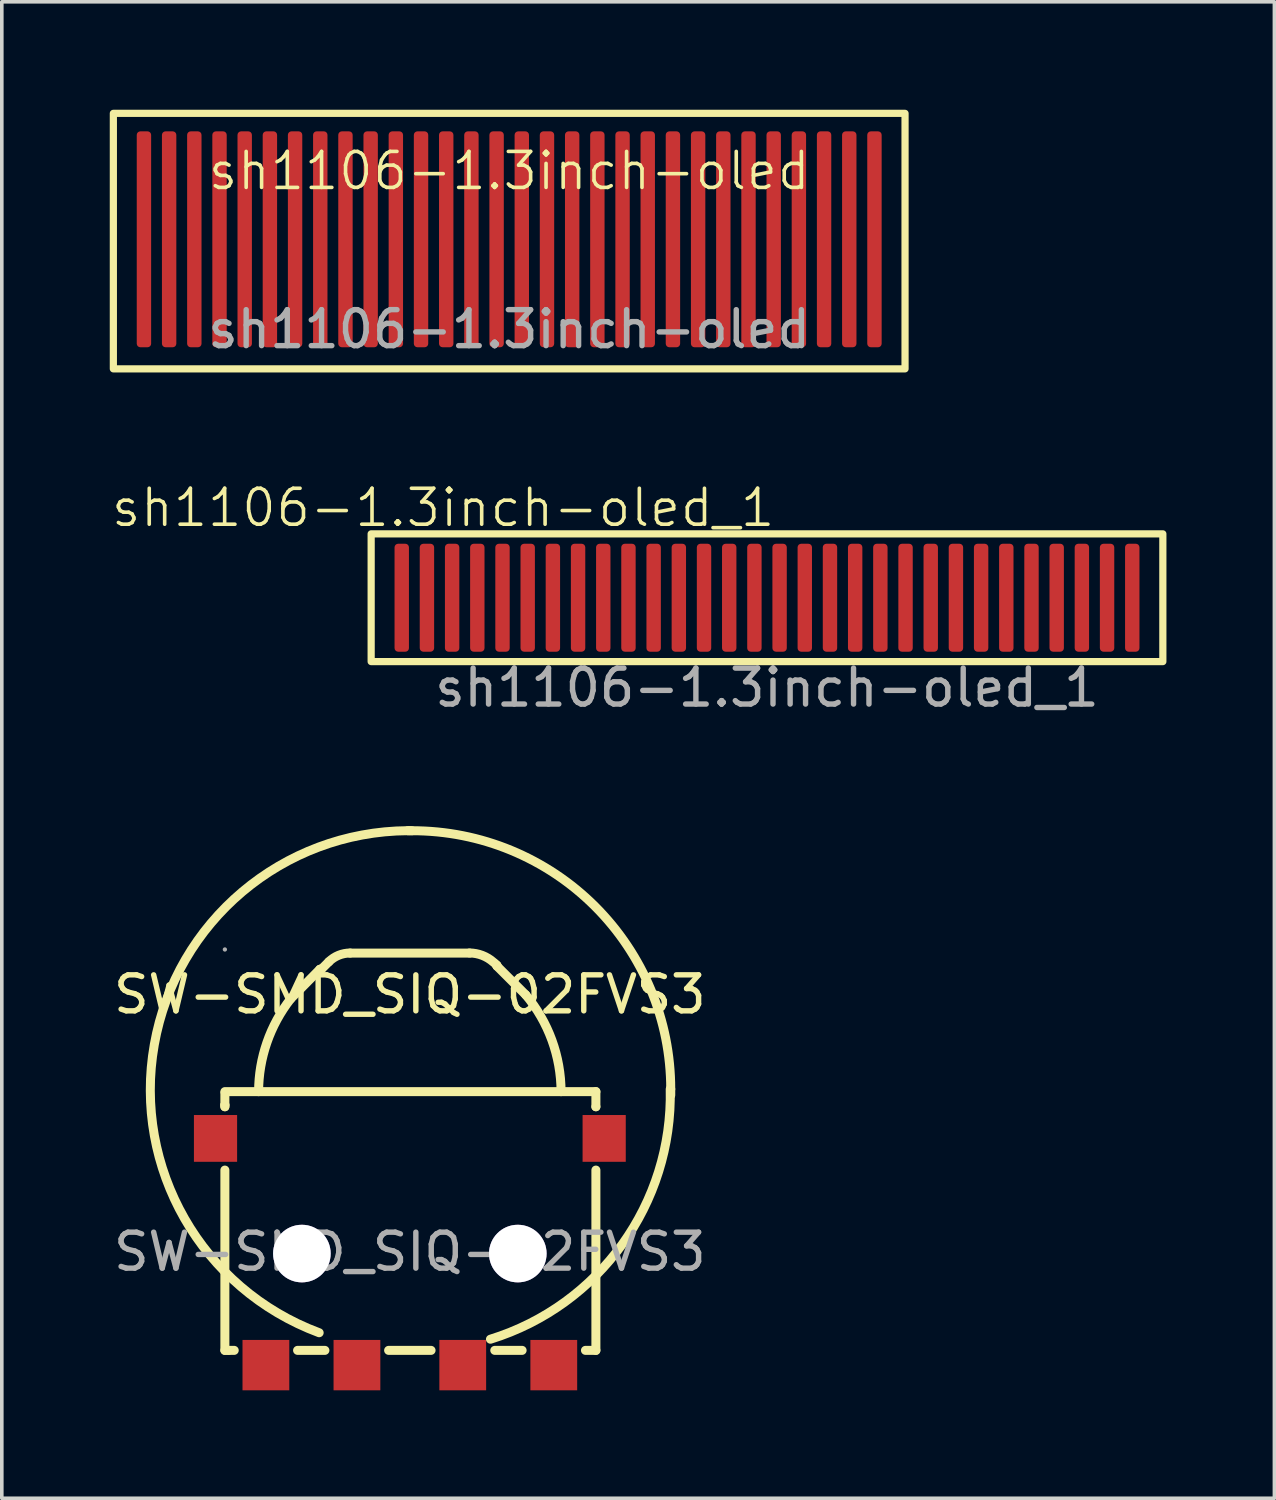
<source format=kicad_pcb>
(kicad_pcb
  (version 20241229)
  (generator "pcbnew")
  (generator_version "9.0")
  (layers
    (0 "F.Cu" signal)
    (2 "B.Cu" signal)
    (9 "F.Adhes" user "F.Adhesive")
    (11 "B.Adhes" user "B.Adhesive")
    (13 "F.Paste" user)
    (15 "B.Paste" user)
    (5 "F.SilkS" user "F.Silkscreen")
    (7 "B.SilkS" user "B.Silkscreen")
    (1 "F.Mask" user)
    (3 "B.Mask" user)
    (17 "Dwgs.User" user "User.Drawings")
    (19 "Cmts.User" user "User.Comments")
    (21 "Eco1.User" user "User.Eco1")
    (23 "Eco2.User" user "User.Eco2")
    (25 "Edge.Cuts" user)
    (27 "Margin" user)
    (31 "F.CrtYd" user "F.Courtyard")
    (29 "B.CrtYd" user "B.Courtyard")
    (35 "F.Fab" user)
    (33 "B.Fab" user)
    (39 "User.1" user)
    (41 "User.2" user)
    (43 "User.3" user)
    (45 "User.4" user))
  (footprint "sh1106-1.3inch-oled_1"
    (layer "F.Cu")
    (at 18.264 13.56)
    (property "Reference" "sh1106-1.3inch-oled_1" (at -9 -2.5 0) (unlocked yes) (layer "F.SilkS") (effects (font (size 1 1) (thickness 0.1))))
    (attr smd)
    (fp_rect (start -11 -1.775) (end 11 1.775) (stroke (width 0.2) (type solid)) (fill no) (layer "F.SilkS"))
    (fp_text user "${REFERENCE}" (at 0 2.5 0) (unlocked yes) (layer "F.Fab") (effects (font (size 1 1) (thickness 0.15))))
    (pad "1" smd roundrect (at -10.15 0 90) (size 3 0.4) (layers "F.Cu" "F.Mask" "F.Paste") (roundrect_rratio 0.25))
    (pad "2" smd roundrect (at -9.45 0 90) (size 3 0.4) (layers "F.Cu" "F.Mask" "F.Paste") (roundrect_rratio 0.25))
    (pad "3" smd roundrect (at -8.75 0 90) (size 3 0.4) (layers "F.Cu" "F.Mask" "F.Paste") (roundrect_rratio 0.25))
    (pad "4" smd roundrect (at -8.05 0 90) (size 3 0.4) (layers "F.Cu" "F.Mask" "F.Paste") (roundrect_rratio 0.25))
    (pad "5" smd roundrect (at -7.35 0 90) (size 3 0.4) (layers "F.Cu" "F.Mask" "F.Paste") (roundrect_rratio 0.25))
    (pad "6" smd roundrect (at -6.65 0 90) (size 3 0.4) (layers "F.Cu" "F.Mask" "F.Paste") (roundrect_rratio 0.25))
    (pad "7" smd roundrect (at -5.95 0 90) (size 3 0.4) (layers "F.Cu" "F.Mask" "F.Paste") (roundrect_rratio 0.25))
    (pad "8" smd roundrect (at -5.25 0 90) (size 3 0.4) (layers "F.Cu" "F.Mask" "F.Paste") (roundrect_rratio 0.25))
    (pad "9" smd roundrect (at -4.55 0 90) (size 3 0.4) (layers "F.Cu" "F.Mask" "F.Paste") (roundrect_rratio 0.25))
    (pad "10" smd roundrect (at -3.85 0 90) (size 3 0.4) (layers "F.Cu" "F.Mask" "F.Paste") (roundrect_rratio 0.25))
    (pad "11" smd roundrect (at -3.15 0 90) (size 3 0.4) (layers "F.Cu" "F.Mask" "F.Paste") (roundrect_rratio 0.25))
    (pad "12" smd roundrect (at -2.45 0 90) (size 3 0.4) (layers "F.Cu" "F.Mask" "F.Paste") (roundrect_rratio 0.25))
    (pad "13" smd roundrect (at -1.75 0 90) (size 3 0.4) (layers "F.Cu" "F.Mask" "F.Paste") (roundrect_rratio 0.25))
    (pad "14" smd roundrect (at -1.05 0 90) (size 3 0.4) (layers "F.Cu" "F.Mask" "F.Paste") (roundrect_rratio 0.25))
    (pad "15" smd roundrect (at -0.35 0 90) (size 3 0.4) (layers "F.Cu" "F.Mask" "F.Paste") (roundrect_rratio 0.25))
    (pad "16" smd roundrect (at 0.35 0 90) (size 3 0.4) (layers "F.Cu" "F.Mask" "F.Paste") (roundrect_rratio 0.25))
    (pad "17" smd roundrect (at 1.05 0 90) (size 3 0.4) (layers "F.Cu" "F.Mask" "F.Paste") (roundrect_rratio 0.25))
    (pad "18" smd roundrect (at 1.75 0 90) (size 3 0.4) (layers "F.Cu" "F.Mask" "F.Paste") (roundrect_rratio 0.25))
    (pad "19" smd roundrect (at 2.45 0 90) (size 3 0.4) (layers "F.Cu" "F.Mask" "F.Paste") (roundrect_rratio 0.25))
    (pad "20" smd roundrect (at 3.15 0 90) (size 3 0.4) (layers "F.Cu" "F.Mask" "F.Paste") (roundrect_rratio 0.25))
    (pad "21" smd roundrect (at 3.85 0 90) (size 3 0.4) (layers "F.Cu" "F.Mask" "F.Paste") (roundrect_rratio 0.25))
    (pad "22" smd roundrect (at 4.55 0 90) (size 3 0.4) (layers "F.Cu" "F.Mask" "F.Paste") (roundrect_rratio 0.25))
    (pad "23" smd roundrect (at 5.25 0 90) (size 3 0.4) (layers "F.Cu" "F.Mask" "F.Paste") (roundrect_rratio 0.25))
    (pad "24" smd roundrect (at 5.95 0 90) (size 3 0.4) (layers "F.Cu" "F.Mask" "F.Paste") (roundrect_rratio 0.25))
    (pad "25" smd roundrect (at 6.65 0 90) (size 3 0.4) (layers "F.Cu" "F.Mask" "F.Paste") (roundrect_rratio 0.25))
    (pad "26" smd roundrect (at 7.35 0 90) (size 3 0.4) (layers "F.Cu" "F.Mask" "F.Paste") (roundrect_rratio 0.25))
    (pad "27" smd roundrect (at 8.05 0 90) (size 3 0.4) (layers "F.Cu" "F.Mask" "F.Paste") (roundrect_rratio 0.25))
    (pad "28" smd roundrect (at 8.75 0 90) (size 3 0.4) (layers "F.Cu" "F.Mask" "F.Paste") (roundrect_rratio 0.25))
    (pad "29" smd roundrect (at 9.45 0 90) (size 3 0.4) (layers "F.Cu" "F.Mask" "F.Paste") (roundrect_rratio 0.25))
    (pad "30" smd roundrect (at 10.15 0 90) (size 3 0.4) (layers "F.Cu" "F.Mask" "F.Paste") (roundrect_rratio 0.25)))
  (footprint "sh1106-1.3inch-oled"
    (layer "F.Cu")
    (at 11.1 3.6)
    (property "Reference" "sh1106-1.3inch-oled" (at 0 -1.9 0) (unlocked yes) (layer "F.SilkS") (effects (font (size 1 1) (thickness 0.1))))
    (attr smd)
    (fp_rect (start -11 -3.5) (end 11 3.6) (stroke (width 0.2) (type default)) (fill no) (layer "F.SilkS"))
    (fp_text user "${REFERENCE}" (at 0 2.5 0) (unlocked yes) (layer "F.Fab") (effects (font (size 1 1) (thickness 0.15))))
    (pad "1" smd roundrect (at -10.15 0 90) (size 6 0.4) (layers "F.Cu" "F.Mask" "F.Paste") (roundrect_rratio 0.25))
    (pad "2" smd roundrect (at -9.45 0 90) (size 6 0.4) (layers "F.Cu" "F.Mask" "F.Paste") (roundrect_rratio 0.25))
    (pad "3" smd roundrect (at -8.75 0 90) (size 6 0.4) (layers "F.Cu" "F.Mask" "F.Paste") (roundrect_rratio 0.25))
    (pad "4" smd roundrect (at -8.05 0 90) (size 6 0.4) (layers "F.Cu" "F.Mask" "F.Paste") (roundrect_rratio 0.25))
    (pad "5" smd roundrect (at -7.35 0 90) (size 6 0.4) (layers "F.Cu" "F.Mask" "F.Paste") (roundrect_rratio 0.25))
    (pad "6" smd roundrect (at -6.65 0 90) (size 6 0.4) (layers "F.Cu" "F.Mask" "F.Paste") (roundrect_rratio 0.25))
    (pad "7" smd roundrect (at -5.95 0 90) (size 6 0.4) (layers "F.Cu" "F.Mask" "F.Paste") (roundrect_rratio 0.25))
    (pad "8" smd roundrect (at -5.25 0 90) (size 6 0.4) (layers "F.Cu" "F.Mask" "F.Paste") (roundrect_rratio 0.25))
    (pad "9" smd roundrect (at -4.55 0 90) (size 6 0.4) (layers "F.Cu" "F.Mask" "F.Paste") (roundrect_rratio 0.25))
    (pad "10" smd roundrect (at -3.85 0 90) (size 6 0.4) (layers "F.Cu" "F.Mask" "F.Paste") (roundrect_rratio 0.25))
    (pad "11" smd roundrect (at -3.15 0 90) (size 6 0.4) (layers "F.Cu" "F.Mask" "F.Paste") (roundrect_rratio 0.25))
    (pad "12" smd roundrect (at -2.45 0 90) (size 6 0.4) (layers "F.Cu" "F.Mask" "F.Paste") (roundrect_rratio 0.25))
    (pad "13" smd roundrect (at -1.75 0 90) (size 6 0.4) (layers "F.Cu" "F.Mask" "F.Paste") (roundrect_rratio 0.25))
    (pad "14" smd roundrect (at -1.05 0 90) (size 6 0.4) (layers "F.Cu" "F.Mask" "F.Paste") (roundrect_rratio 0.25))
    (pad "15" smd roundrect (at -0.35 0 90) (size 6 0.4) (layers "F.Cu" "F.Mask" "F.Paste") (roundrect_rratio 0.25))
    (pad "16" smd roundrect (at 0.35 0 90) (size 6 0.4) (layers "F.Cu" "F.Mask" "F.Paste") (roundrect_rratio 0.25))
    (pad "17" smd roundrect (at 1.05 0 90) (size 6 0.4) (layers "F.Cu" "F.Mask" "F.Paste") (roundrect_rratio 0.25))
    (pad "18" smd roundrect (at 1.75 0 90) (size 6 0.4) (layers "F.Cu" "F.Mask" "F.Paste") (roundrect_rratio 0.25))
    (pad "19" smd roundrect (at 2.45 0 90) (size 6 0.4) (layers "F.Cu" "F.Mask" "F.Paste") (roundrect_rratio 0.25))
    (pad "20" smd roundrect (at 3.15 0 90) (size 6 0.4) (layers "F.Cu" "F.Mask" "F.Paste") (roundrect_rratio 0.25))
    (pad "21" smd roundrect (at 3.85 0 90) (size 6 0.4) (layers "F.Cu" "F.Mask" "F.Paste") (roundrect_rratio 0.25))
    (pad "22" smd roundrect (at 4.55 0 90) (size 6 0.4) (layers "F.Cu" "F.Mask" "F.Paste") (roundrect_rratio 0.25))
    (pad "23" smd roundrect (at 5.25 0 90) (size 6 0.4) (layers "F.Cu" "F.Mask" "F.Paste") (roundrect_rratio 0.25))
    (pad "24" smd roundrect (at 5.95 0 90) (size 6 0.4) (layers "F.Cu" "F.Mask" "F.Paste") (roundrect_rratio 0.25))
    (pad "25" smd roundrect (at 6.65 0 90) (size 6 0.4) (layers "F.Cu" "F.Mask" "F.Paste") (roundrect_rratio 0.25))
    (pad "26" smd roundrect (at 7.35 0 90) (size 6 0.4) (layers "F.Cu" "F.Mask" "F.Paste") (roundrect_rratio 0.25))
    (pad "27" smd roundrect (at 8.05 0 90) (size 6 0.4) (layers "F.Cu" "F.Mask" "F.Paste") (roundrect_rratio 0.25))
    (pad "28" smd roundrect (at 8.75 0 90) (size 6 0.4) (layers "F.Cu" "F.Mask" "F.Paste") (roundrect_rratio 0.25))
    (pad "29" smd roundrect (at 9.45 0 90) (size 6 0.4) (layers "F.Cu" "F.Mask" "F.Paste") (roundrect_rratio 0.25))
    (pad "30" smd roundrect (at 10.15 0 90) (size 6 0.4) (layers "F.Cu" "F.Mask" "F.Paste") (roundrect_rratio 0.25)))
  (footprint "SW-SMD_SIQ-02FVS3"
    (layer "F.Cu")
    (at 8.339 31.735)
    (property "Reference" "SW-SMD_SIQ-02FVS3" (at 0 -7.15 0) (layer "F.SilkS") (effects (font (size 1 1) (thickness 0.15))))
    (attr through_hole)
    (fp_line (start -5.14 -4.45) (end 5.17 -4.45) (stroke (width 0.25) (type solid)) (layer "F.SilkS"))
    (fp_line (start -5.14 -4.08) (end -5.14 -4.41) (stroke (width 0.25) (type solid)) (layer "F.SilkS"))
    (fp_line (start -5.14 -4.08) (end -5.14 -4.03) (stroke (width 0.25) (type solid)) (layer "F.SilkS"))
    (fp_line (start -5.14 -4.08) (end -5.14 -4.03) (stroke (width 0.25) (type solid)) (layer "F.SilkS"))
    (fp_line (start -5.14 -2.27) (end -5.14 2.74) (stroke (width 0.25) (type solid)) (layer "F.SilkS"))
    (fp_line (start -5.04 2.74) (end -5.14 2.74) (stroke (width 0.25) (type solid)) (layer "F.SilkS"))
    (fp_line (start -4.88 2.74) (end -5.04 2.74) (stroke (width 0.25) (type solid)) (layer "F.SilkS"))
    (fp_line (start -2.5 -7.85) (end -3.31 -7.03) (stroke (width 0.25) (type solid)) (layer "F.SilkS"))
    (fp_line (start -2.46 -7.85) (end -2.5 -7.85) (stroke (width 0.25) (type solid)) (layer "F.SilkS"))
    (fp_line (start -2.36 2.74) (end -3.12 2.74) (stroke (width 0.25) (type solid)) (layer "F.SilkS"))
    (fp_line (start -2.25 -8.06) (end -2.46 -7.85) (stroke (width 0.25) (type solid)) (layer "F.SilkS"))
    (fp_line (start -1.66 -8.3) (end 1.66 -8.3) (stroke (width 0.25) (type solid)) (layer "F.SilkS"))
    (fp_line (start 0 -11.7) (end -0.06 -11.7) (stroke (width 0.25) (type solid)) (layer "F.SilkS"))
    (fp_line (start 0.06 -11.7) (end 0 -11.7) (stroke (width 0.25) (type solid)) (layer "F.SilkS"))
    (fp_line (start 0.59 2.74) (end -0.59 2.74) (stroke (width 0.25) (type solid)) (layer "F.SilkS"))
    (fp_line (start 2.37 -8.01) (end 2.42 -7.96) (stroke (width 0.25) (type solid)) (layer "F.SilkS"))
    (fp_line (start 2.42 -7.96) (end 2.42 -7.94) (stroke (width 0.25) (type solid)) (layer "F.SilkS"))
    (fp_line (start 2.42 -7.94) (end 3.22 -7.14) (stroke (width 0.25) (type solid)) (layer "F.SilkS"))
    (fp_line (start 3.12 2.74) (end 2.36 2.74) (stroke (width 0.25) (type solid)) (layer "F.SilkS"))
    (fp_line (start 5.17 -4.45) (end 5.17 -4.03) (stroke (width 0.25) (type solid)) (layer "F.SilkS"))
    (fp_line (start 5.17 -4.03) (end 5.17 -4.03) (stroke (width 0.25) (type solid)) (layer "F.SilkS"))
    (fp_line (start 5.17 -2.27) (end 5.17 2.74) (stroke (width 0.25) (type solid)) (layer "F.SilkS"))
    (fp_line (start 5.17 2.74) (end 4.88 2.74) (stroke (width 0.25) (type solid)) (layer "F.SilkS"))
    (fp_line (start 7.25 -4.52) (end 7.25 -4.35) (stroke (width 0.25) (type solid)) (layer "F.SilkS"))
    (fp_arc (start -4.20287 -4.448977) (mid -3.971929 -5.814036) (end -3.31 -7.03) (stroke (width 0.25) (type solid)) (layer "F.SilkS"))
    (fp_arc (start -2.52 2.25) (mid -7.101336 -5.755211) (end -0.050504 -11.701455) (stroke (width 0.25) (type solid)) (layer "F.SilkS"))
    (fp_arc (start -2.25 -8.06) (mid -1.978472 -8.238894) (end -1.659391 -8.301487) (stroke (width 0.25) (type solid)) (layer "F.SilkS"))
    (fp_arc (start 0.06 -11.7) (mid 5.143504 -9.600557) (end 7.250007 -4.519975) (stroke (width 0.25) (type solid)) (layer "F.SilkS"))
    (fp_arc (start 1.658819 -8.303125) (mid 2.012239 -8.236194) (end 2.32 -8.05) (stroke (width 0.25) (type solid)) (layer "F.SilkS"))
    (fp_arc (start 3.22 -7.14) (mid 3.947382 -5.881033) (end 4.202179 -4.449545) (stroke (width 0.25) (type solid)) (layer "F.SilkS"))
    (fp_arc (start 7.235747 -4.519644) (mid 5.903231 -0.207106) (end 2.24 2.43) (stroke (width 0.25) (type solid)) (layer "F.SilkS"))
    (fp_circle (center -3 0.05) (end -2.61 0.05) (stroke (width 0.78) (type solid)) (fill no) (layer "Cmts.User"))
    (fp_circle (center -3 0.05) (end -2.61 0.05) (stroke (width 0.78) (type solid)) (fill no) (layer "Cmts.User"))
    (fp_circle (center 3 0.05) (end 3.39 0.05) (stroke (width 0.78) (type solid)) (fill no) (layer "Cmts.User"))
    (fp_circle (center 3 0.05) (end 3.39 0.05) (stroke (width 0.78) (type solid)) (fill no) (layer "Cmts.User"))
    (fp_circle (center -5.14 -8.4) (end -5.11 -8.4) (stroke (width 0.06) (type solid)) (fill no) (layer "F.Fab"))
    (fp_text user "${REFERENCE}" (at 0 0 0) (layer "F.Fab") (effects (font (size 1 1) (thickness 0.15))))
    (pad "" thru_hole circle (at -3 0.05) (size 1.6 1.6) (drill 1.6) (layers "*.Cu" "*.Mask"))
    (pad "" thru_hole circle (at 3 0.05) (size 1.6 1.6) (drill 1.6) (layers "*.Cu" "*.Mask"))
    (pad "A" smd rect (at -4 3.15) (size 1.3 1.4) (layers "F.Cu" "F.Mask" "F.Paste"))
    (pad "B" smd rect (at 4 3.15) (size 1.3 1.4) (layers "F.Cu" "F.Mask" "F.Paste"))
    (pad "C" smd rect (at 1.47 3.15) (size 1.3 1.4) (layers "F.Cu" "F.Mask" "F.Paste"))
    (pad "MP" smd rect (at -5.4 -3.15) (size 1.2 1.3) (layers "F.Cu" "F.Mask" "F.Paste"))
    (pad "MP" smd rect (at 5.4 -3.15) (size 1.2 1.3) (layers "F.Cu" "F.Mask" "F.Paste"))
    (pad "S" smd rect (at -1.47 3.15) (size 1.3 1.4) (layers "F.Cu" "F.Mask" "F.Paste")))
  (gr_rect
    (start -3 -3)
    (end 32.364 38.585)
    (stroke (width 0.1) (type default))
    (fill no)
    (layer "Edge.Cuts")))
</source>
